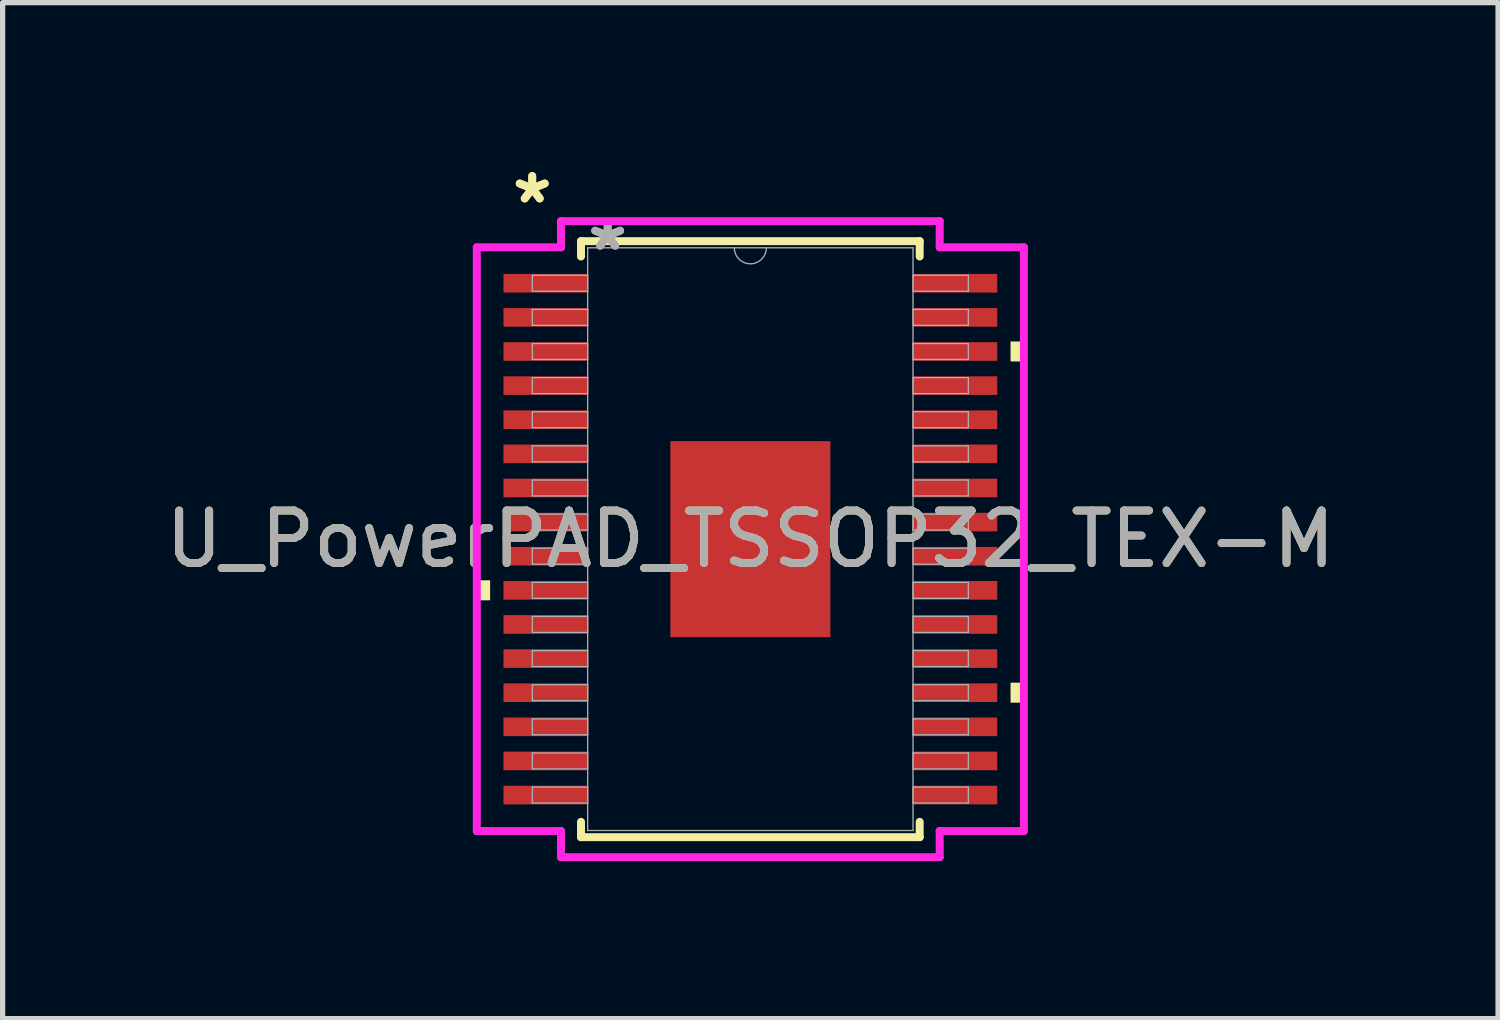
<source format=kicad_pcb>
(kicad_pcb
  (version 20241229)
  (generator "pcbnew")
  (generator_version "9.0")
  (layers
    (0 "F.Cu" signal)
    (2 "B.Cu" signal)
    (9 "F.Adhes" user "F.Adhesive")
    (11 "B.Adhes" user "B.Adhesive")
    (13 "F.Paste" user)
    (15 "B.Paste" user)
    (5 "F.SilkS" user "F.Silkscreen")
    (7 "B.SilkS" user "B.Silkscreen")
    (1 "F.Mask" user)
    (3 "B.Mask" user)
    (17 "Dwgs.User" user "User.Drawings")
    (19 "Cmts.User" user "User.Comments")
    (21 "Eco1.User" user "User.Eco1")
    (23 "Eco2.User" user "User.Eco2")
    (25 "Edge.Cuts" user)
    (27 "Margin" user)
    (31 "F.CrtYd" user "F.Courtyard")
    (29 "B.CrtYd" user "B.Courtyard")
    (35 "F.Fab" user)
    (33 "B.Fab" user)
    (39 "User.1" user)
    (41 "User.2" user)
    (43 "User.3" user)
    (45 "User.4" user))
  (footprint "U_PowerPAD_TSSOP32_TEX-M"
    (layer "F.Cu")
    (at 11.244 7.221)
    (property "Reference" "U_PowerPAD_TSSOP32_TEX-M" (at 0 0 0) (unlocked yes) (layer "F.SilkS") (effects (font (size 1 1) (thickness 0.15))))
    (attr smd)
    (fp_line (start -3.226 -5.677) (end -3.226 -5.385) (stroke (width 0.152) (type solid)) (layer "F.SilkS"))
    (fp_line (start -3.226 5.385) (end -3.226 5.677) (stroke (width 0.152) (type solid)) (layer "F.SilkS"))
    (fp_line (start -3.226 5.677) (end 3.226 5.677) (stroke (width 0.152) (type solid)) (layer "F.SilkS"))
    (fp_line (start 3.226 -5.677) (end -3.226 -5.677) (stroke (width 0.152) (type solid)) (layer "F.SilkS"))
    (fp_line (start 3.226 -5.385) (end 3.226 -5.677) (stroke (width 0.152) (type solid)) (layer "F.SilkS"))
    (fp_line (start 3.226 5.677) (end 3.226 5.385) (stroke (width 0.152) (type solid)) (layer "F.SilkS"))
    (fp_poly (pts (xy -5.211 0.784) (xy -5.211 1.165) (xy -4.957 1.165) (xy -4.957 0.784)) (stroke (width 0) (type solid)) (fill yes) (layer "F.SilkS"))
    (fp_poly (pts (xy 5.211 -3.766) (xy 5.211 -3.385) (xy 4.957 -3.385) (xy 4.957 -3.766)) (stroke (width 0) (type solid)) (fill yes) (layer "F.SilkS"))
    (fp_poly (pts (xy 5.211 2.734) (xy 5.211 3.115) (xy 4.957 3.115) (xy 4.957 2.734)) (stroke (width 0) (type solid)) (fill yes) (layer "F.SilkS"))
    (fp_poly (pts (xy -1.424 -1.767) (xy -1.424 -0.1) (xy -0.1 -0.1) (xy -0.1 -1.767)) (stroke (width 0) (type solid)) (fill yes) (layer "F.Paste"))
    (fp_poly (pts (xy -1.424 0.1) (xy -1.424 1.767) (xy -0.1 1.767) (xy -0.1 0.1)) (stroke (width 0) (type solid)) (fill yes) (layer "F.Paste"))
    (fp_poly (pts (xy 0.1 -1.767) (xy 0.1 -0.1) (xy 1.424 -0.1) (xy 1.424 -1.767)) (stroke (width 0) (type solid)) (fill yes) (layer "F.Paste"))
    (fp_poly (pts (xy 0.1 0.1) (xy 0.1 1.767) (xy 1.424 1.767) (xy 1.424 0.1)) (stroke (width 0) (type solid)) (fill yes) (layer "F.Paste"))
    (fp_line (start -5.211 -5.56) (end -3.607 -5.56) (stroke (width 0.152) (type solid)) (layer "F.CrtYd"))
    (fp_line (start -5.211 5.56) (end -5.211 -5.56) (stroke (width 0.152) (type solid)) (layer "F.CrtYd"))
    (fp_line (start -5.211 5.56) (end -3.607 5.56) (stroke (width 0.152) (type solid)) (layer "F.CrtYd"))
    (fp_line (start -3.607 -6.058) (end 3.607 -6.058) (stroke (width 0.152) (type solid)) (layer "F.CrtYd"))
    (fp_line (start -3.607 -5.56) (end -3.607 -6.058) (stroke (width 0.152) (type solid)) (layer "F.CrtYd"))
    (fp_line (start -3.607 6.058) (end -3.607 5.56) (stroke (width 0.152) (type solid)) (layer "F.CrtYd"))
    (fp_line (start 3.607 -6.058) (end 3.607 -5.56) (stroke (width 0.152) (type solid)) (layer "F.CrtYd"))
    (fp_line (start 3.607 5.56) (end 3.607 6.058) (stroke (width 0.152) (type solid)) (layer "F.CrtYd"))
    (fp_line (start 3.607 6.058) (end -3.607 6.058) (stroke (width 0.152) (type solid)) (layer "F.CrtYd"))
    (fp_line (start 5.211 -5.56) (end 3.607 -5.56) (stroke (width 0.152) (type solid)) (layer "F.CrtYd"))
    (fp_line (start 5.211 -5.56) (end 5.211 5.56) (stroke (width 0.152) (type solid)) (layer "F.CrtYd"))
    (fp_line (start 5.211 5.56) (end 3.607 5.56) (stroke (width 0.152) (type solid)) (layer "F.CrtYd"))
    (fp_line (start -4.153 -5.027) (end -4.153 -4.723) (stroke (width 0.025) (type solid)) (layer "F.Fab"))
    (fp_line (start -4.153 -4.723) (end -3.099 -4.723) (stroke (width 0.025) (type solid)) (layer "F.Fab"))
    (fp_line (start -4.153 -4.377) (end -4.153 -4.073) (stroke (width 0.025) (type solid)) (layer "F.Fab"))
    (fp_line (start -4.153 -4.073) (end -3.099 -4.073) (stroke (width 0.025) (type solid)) (layer "F.Fab"))
    (fp_line (start -4.153 -3.727) (end -4.153 -3.423) (stroke (width 0.025) (type solid)) (layer "F.Fab"))
    (fp_line (start -4.153 -3.423) (end -3.099 -3.423) (stroke (width 0.025) (type solid)) (layer "F.Fab"))
    (fp_line (start -4.153 -3.077) (end -4.153 -2.773) (stroke (width 0.025) (type solid)) (layer "F.Fab"))
    (fp_line (start -4.153 -2.773) (end -3.099 -2.773) (stroke (width 0.025) (type solid)) (layer "F.Fab"))
    (fp_line (start -4.153 -2.427) (end -4.153 -2.123) (stroke (width 0.025) (type solid)) (layer "F.Fab"))
    (fp_line (start -4.153 -2.123) (end -3.099 -2.123) (stroke (width 0.025) (type solid)) (layer "F.Fab"))
    (fp_line (start -4.153 -1.777) (end -4.153 -1.473) (stroke (width 0.025) (type solid)) (layer "F.Fab"))
    (fp_line (start -4.153 -1.473) (end -3.099 -1.473) (stroke (width 0.025) (type solid)) (layer "F.Fab"))
    (fp_line (start -4.153 -1.127) (end -4.153 -0.823) (stroke (width 0.025) (type solid)) (layer "F.Fab"))
    (fp_line (start -4.153 -0.823) (end -3.099 -0.823) (stroke (width 0.025) (type solid)) (layer "F.Fab"))
    (fp_line (start -4.153 -0.477) (end -4.153 -0.173) (stroke (width 0.025) (type solid)) (layer "F.Fab"))
    (fp_line (start -4.153 -0.173) (end -3.099 -0.173) (stroke (width 0.025) (type solid)) (layer "F.Fab"))
    (fp_line (start -4.153 0.173) (end -4.153 0.477) (stroke (width 0.025) (type solid)) (layer "F.Fab"))
    (fp_line (start -4.153 0.477) (end -3.099 0.477) (stroke (width 0.025) (type solid)) (layer "F.Fab"))
    (fp_line (start -4.153 0.823) (end -4.153 1.127) (stroke (width 0.025) (type solid)) (layer "F.Fab"))
    (fp_line (start -4.153 1.127) (end -3.099 1.127) (stroke (width 0.025) (type solid)) (layer "F.Fab"))
    (fp_line (start -4.153 1.473) (end -4.153 1.777) (stroke (width 0.025) (type solid)) (layer "F.Fab"))
    (fp_line (start -4.153 1.777) (end -3.099 1.777) (stroke (width 0.025) (type solid)) (layer "F.Fab"))
    (fp_line (start -4.153 2.123) (end -4.153 2.427) (stroke (width 0.025) (type solid)) (layer "F.Fab"))
    (fp_line (start -4.153 2.427) (end -3.099 2.427) (stroke (width 0.025) (type solid)) (layer "F.Fab"))
    (fp_line (start -4.153 2.773) (end -4.153 3.077) (stroke (width 0.025) (type solid)) (layer "F.Fab"))
    (fp_line (start -4.153 3.077) (end -3.099 3.077) (stroke (width 0.025) (type solid)) (layer "F.Fab"))
    (fp_line (start -4.153 3.423) (end -4.153 3.727) (stroke (width 0.025) (type solid)) (layer "F.Fab"))
    (fp_line (start -4.153 3.727) (end -3.099 3.727) (stroke (width 0.025) (type solid)) (layer "F.Fab"))
    (fp_line (start -4.153 4.073) (end -4.153 4.377) (stroke (width 0.025) (type solid)) (layer "F.Fab"))
    (fp_line (start -4.153 4.377) (end -3.099 4.377) (stroke (width 0.025) (type solid)) (layer "F.Fab"))
    (fp_line (start -4.153 4.723) (end -4.153 5.027) (stroke (width 0.025) (type solid)) (layer "F.Fab"))
    (fp_line (start -4.153 5.027) (end -3.099 5.027) (stroke (width 0.025) (type solid)) (layer "F.Fab"))
    (fp_line (start -3.099 -5.55) (end -3.099 5.55) (stroke (width 0.025) (type solid)) (layer "F.Fab"))
    (fp_line (start -3.099 -5.027) (end -4.153 -5.027) (stroke (width 0.025) (type solid)) (layer "F.Fab"))
    (fp_line (start -3.099 -4.723) (end -3.099 -5.027) (stroke (width 0.025) (type solid)) (layer "F.Fab"))
    (fp_line (start -3.099 -4.377) (end -4.153 -4.377) (stroke (width 0.025) (type solid)) (layer "F.Fab"))
    (fp_line (start -3.099 -4.073) (end -3.099 -4.377) (stroke (width 0.025) (type solid)) (layer "F.Fab"))
    (fp_line (start -3.099 -3.727) (end -4.153 -3.727) (stroke (width 0.025) (type solid)) (layer "F.Fab"))
    (fp_line (start -3.099 -3.423) (end -3.099 -3.727) (stroke (width 0.025) (type solid)) (layer "F.Fab"))
    (fp_line (start -3.099 -3.077) (end -4.153 -3.077) (stroke (width 0.025) (type solid)) (layer "F.Fab"))
    (fp_line (start -3.099 -2.773) (end -3.099 -3.077) (stroke (width 0.025) (type solid)) (layer "F.Fab"))
    (fp_line (start -3.099 -2.427) (end -4.153 -2.427) (stroke (width 0.025) (type solid)) (layer "F.Fab"))
    (fp_line (start -3.099 -2.123) (end -3.099 -2.427) (stroke (width 0.025) (type solid)) (layer "F.Fab"))
    (fp_line (start -3.099 -1.777) (end -4.153 -1.777) (stroke (width 0.025) (type solid)) (layer "F.Fab"))
    (fp_line (start -3.099 -1.473) (end -3.099 -1.777) (stroke (width 0.025) (type solid)) (layer "F.Fab"))
    (fp_line (start -3.099 -1.127) (end -4.153 -1.127) (stroke (width 0.025) (type solid)) (layer "F.Fab"))
    (fp_line (start -3.099 -0.823) (end -3.099 -1.127) (stroke (width 0.025) (type solid)) (layer "F.Fab"))
    (fp_line (start -3.099 -0.477) (end -4.153 -0.477) (stroke (width 0.025) (type solid)) (layer "F.Fab"))
    (fp_line (start -3.099 -0.173) (end -3.099 -0.477) (stroke (width 0.025) (type solid)) (layer "F.Fab"))
    (fp_line (start -3.099 0.173) (end -4.153 0.173) (stroke (width 0.025) (type solid)) (layer "F.Fab"))
    (fp_line (start -3.099 0.477) (end -3.099 0.173) (stroke (width 0.025) (type solid)) (layer "F.Fab"))
    (fp_line (start -3.099 0.823) (end -4.153 0.823) (stroke (width 0.025) (type solid)) (layer "F.Fab"))
    (fp_line (start -3.099 1.127) (end -3.099 0.823) (stroke (width 0.025) (type solid)) (layer "F.Fab"))
    (fp_line (start -3.099 1.473) (end -4.153 1.473) (stroke (width 0.025) (type solid)) (layer "F.Fab"))
    (fp_line (start -3.099 1.777) (end -3.099 1.473) (stroke (width 0.025) (type solid)) (layer "F.Fab"))
    (fp_line (start -3.099 2.123) (end -4.153 2.123) (stroke (width 0.025) (type solid)) (layer "F.Fab"))
    (fp_line (start -3.099 2.427) (end -3.099 2.123) (stroke (width 0.025) (type solid)) (layer "F.Fab"))
    (fp_line (start -3.099 2.773) (end -4.153 2.773) (stroke (width 0.025) (type solid)) (layer "F.Fab"))
    (fp_line (start -3.099 3.077) (end -3.099 2.773) (stroke (width 0.025) (type solid)) (layer "F.Fab"))
    (fp_line (start -3.099 3.423) (end -4.153 3.423) (stroke (width 0.025) (type solid)) (layer "F.Fab"))
    (fp_line (start -3.099 3.727) (end -3.099 3.423) (stroke (width 0.025) (type solid)) (layer "F.Fab"))
    (fp_line (start -3.099 4.073) (end -4.153 4.073) (stroke (width 0.025) (type solid)) (layer "F.Fab"))
    (fp_line (start -3.099 4.377) (end -3.099 4.073) (stroke (width 0.025) (type solid)) (layer "F.Fab"))
    (fp_line (start -3.099 4.723) (end -4.153 4.723) (stroke (width 0.025) (type solid)) (layer "F.Fab"))
    (fp_line (start -3.099 5.027) (end -3.099 4.723) (stroke (width 0.025) (type solid)) (layer "F.Fab"))
    (fp_line (start -3.099 5.55) (end 3.099 5.55) (stroke (width 0.025) (type solid)) (layer "F.Fab"))
    (fp_line (start 3.099 -5.55) (end -3.099 -5.55) (stroke (width 0.025) (type solid)) (layer "F.Fab"))
    (fp_line (start 3.099 -5.027) (end 3.099 -4.723) (stroke (width 0.025) (type solid)) (layer "F.Fab"))
    (fp_line (start 3.099 -4.723) (end 4.153 -4.723) (stroke (width 0.025) (type solid)) (layer "F.Fab"))
    (fp_line (start 3.099 -4.377) (end 3.099 -4.073) (stroke (width 0.025) (type solid)) (layer "F.Fab"))
    (fp_line (start 3.099 -4.073) (end 4.153 -4.073) (stroke (width 0.025) (type solid)) (layer "F.Fab"))
    (fp_line (start 3.099 -3.727) (end 3.099 -3.423) (stroke (width 0.025) (type solid)) (layer "F.Fab"))
    (fp_line (start 3.099 -3.423) (end 4.153 -3.423) (stroke (width 0.025) (type solid)) (layer "F.Fab"))
    (fp_line (start 3.099 -3.077) (end 3.099 -2.773) (stroke (width 0.025) (type solid)) (layer "F.Fab"))
    (fp_line (start 3.099 -2.773) (end 4.153 -2.773) (stroke (width 0.025) (type solid)) (layer "F.Fab"))
    (fp_line (start 3.099 -2.427) (end 3.099 -2.123) (stroke (width 0.025) (type solid)) (layer "F.Fab"))
    (fp_line (start 3.099 -2.123) (end 4.153 -2.123) (stroke (width 0.025) (type solid)) (layer "F.Fab"))
    (fp_line (start 3.099 -1.777) (end 3.099 -1.473) (stroke (width 0.025) (type solid)) (layer "F.Fab"))
    (fp_line (start 3.099 -1.473) (end 4.153 -1.473) (stroke (width 0.025) (type solid)) (layer "F.Fab"))
    (fp_line (start 3.099 -1.127) (end 3.099 -0.823) (stroke (width 0.025) (type solid)) (layer "F.Fab"))
    (fp_line (start 3.099 -0.823) (end 4.153 -0.823) (stroke (width 0.025) (type solid)) (layer "F.Fab"))
    (fp_line (start 3.099 -0.477) (end 3.099 -0.173) (stroke (width 0.025) (type solid)) (layer "F.Fab"))
    (fp_line (start 3.099 -0.173) (end 4.153 -0.173) (stroke (width 0.025) (type solid)) (layer "F.Fab"))
    (fp_line (start 3.099 0.173) (end 3.099 0.477) (stroke (width 0.025) (type solid)) (layer "F.Fab"))
    (fp_line (start 3.099 0.477) (end 4.153 0.477) (stroke (width 0.025) (type solid)) (layer "F.Fab"))
    (fp_line (start 3.099 0.823) (end 3.099 1.127) (stroke (width 0.025) (type solid)) (layer "F.Fab"))
    (fp_line (start 3.099 1.127) (end 4.153 1.127) (stroke (width 0.025) (type solid)) (layer "F.Fab"))
    (fp_line (start 3.099 1.473) (end 3.099 1.777) (stroke (width 0.025) (type solid)) (layer "F.Fab"))
    (fp_line (start 3.099 1.777) (end 4.153 1.777) (stroke (width 0.025) (type solid)) (layer "F.Fab"))
    (fp_line (start 3.099 2.123) (end 3.099 2.427) (stroke (width 0.025) (type solid)) (layer "F.Fab"))
    (fp_line (start 3.099 2.427) (end 4.153 2.427) (stroke (width 0.025) (type solid)) (layer "F.Fab"))
    (fp_line (start 3.099 2.773) (end 3.099 3.077) (stroke (width 0.025) (type solid)) (layer "F.Fab"))
    (fp_line (start 3.099 3.077) (end 4.153 3.077) (stroke (width 0.025) (type solid)) (layer "F.Fab"))
    (fp_line (start 3.099 3.423) (end 3.099 3.727) (stroke (width 0.025) (type solid)) (layer "F.Fab"))
    (fp_line (start 3.099 3.727) (end 4.153 3.727) (stroke (width 0.025) (type solid)) (layer "F.Fab"))
    (fp_line (start 3.099 4.073) (end 3.099 4.377) (stroke (width 0.025) (type solid)) (layer "F.Fab"))
    (fp_line (start 3.099 4.377) (end 4.153 4.377) (stroke (width 0.025) (type solid)) (layer "F.Fab"))
    (fp_line (start 3.099 4.723) (end 3.099 5.027) (stroke (width 0.025) (type solid)) (layer "F.Fab"))
    (fp_line (start 3.099 5.027) (end 4.153 5.027) (stroke (width 0.025) (type solid)) (layer "F.Fab"))
    (fp_line (start 3.099 5.55) (end 3.099 -5.55) (stroke (width 0.025) (type solid)) (layer "F.Fab"))
    (fp_line (start 4.153 -5.027) (end 3.099 -5.027) (stroke (width 0.025) (type solid)) (layer "F.Fab"))
    (fp_line (start 4.153 -4.723) (end 4.153 -5.027) (stroke (width 0.025) (type solid)) (layer "F.Fab"))
    (fp_line (start 4.153 -4.377) (end 3.099 -4.377) (stroke (width 0.025) (type solid)) (layer "F.Fab"))
    (fp_line (start 4.153 -4.073) (end 4.153 -4.377) (stroke (width 0.025) (type solid)) (layer "F.Fab"))
    (fp_line (start 4.153 -3.727) (end 3.099 -3.727) (stroke (width 0.025) (type solid)) (layer "F.Fab"))
    (fp_line (start 4.153 -3.423) (end 4.153 -3.727) (stroke (width 0.025) (type solid)) (layer "F.Fab"))
    (fp_line (start 4.153 -3.077) (end 3.099 -3.077) (stroke (width 0.025) (type solid)) (layer "F.Fab"))
    (fp_line (start 4.153 -2.773) (end 4.153 -3.077) (stroke (width 0.025) (type solid)) (layer "F.Fab"))
    (fp_line (start 4.153 -2.427) (end 3.099 -2.427) (stroke (width 0.025) (type solid)) (layer "F.Fab"))
    (fp_line (start 4.153 -2.123) (end 4.153 -2.427) (stroke (width 0.025) (type solid)) (layer "F.Fab"))
    (fp_line (start 4.153 -1.777) (end 3.099 -1.777) (stroke (width 0.025) (type solid)) (layer "F.Fab"))
    (fp_line (start 4.153 -1.473) (end 4.153 -1.777) (stroke (width 0.025) (type solid)) (layer "F.Fab"))
    (fp_line (start 4.153 -1.127) (end 3.099 -1.127) (stroke (width 0.025) (type solid)) (layer "F.Fab"))
    (fp_line (start 4.153 -0.823) (end 4.153 -1.127) (stroke (width 0.025) (type solid)) (layer "F.Fab"))
    (fp_line (start 4.153 -0.477) (end 3.099 -0.477) (stroke (width 0.025) (type solid)) (layer "F.Fab"))
    (fp_line (start 4.153 -0.173) (end 4.153 -0.477) (stroke (width 0.025) (type solid)) (layer "F.Fab"))
    (fp_line (start 4.153 0.173) (end 3.099 0.173) (stroke (width 0.025) (type solid)) (layer "F.Fab"))
    (fp_line (start 4.153 0.477) (end 4.153 0.173) (stroke (width 0.025) (type solid)) (layer "F.Fab"))
    (fp_line (start 4.153 0.823) (end 3.099 0.823) (stroke (width 0.025) (type solid)) (layer "F.Fab"))
    (fp_line (start 4.153 1.127) (end 4.153 0.823) (stroke (width 0.025) (type solid)) (layer "F.Fab"))
    (fp_line (start 4.153 1.473) (end 3.099 1.473) (stroke (width 0.025) (type solid)) (layer "F.Fab"))
    (fp_line (start 4.153 1.777) (end 4.153 1.473) (stroke (width 0.025) (type solid)) (layer "F.Fab"))
    (fp_line (start 4.153 2.123) (end 3.099 2.123) (stroke (width 0.025) (type solid)) (layer "F.Fab"))
    (fp_line (start 4.153 2.427) (end 4.153 2.123) (stroke (width 0.025) (type solid)) (layer "F.Fab"))
    (fp_line (start 4.153 2.773) (end 3.099 2.773) (stroke (width 0.025) (type solid)) (layer "F.Fab"))
    (fp_line (start 4.153 3.077) (end 4.153 2.773) (stroke (width 0.025) (type solid)) (layer "F.Fab"))
    (fp_line (start 4.153 3.423) (end 3.099 3.423) (stroke (width 0.025) (type solid)) (layer "F.Fab"))
    (fp_line (start 4.153 3.727) (end 4.153 3.423) (stroke (width 0.025) (type solid)) (layer "F.Fab"))
    (fp_line (start 4.153 4.073) (end 3.099 4.073) (stroke (width 0.025) (type solid)) (layer "F.Fab"))
    (fp_line (start 4.153 4.377) (end 4.153 4.073) (stroke (width 0.025) (type solid)) (layer "F.Fab"))
    (fp_line (start 4.153 4.723) (end 3.099 4.723) (stroke (width 0.025) (type solid)) (layer "F.Fab"))
    (fp_line (start 4.153 5.027) (end 4.153 4.723) (stroke (width 0.025) (type solid)) (layer "F.Fab"))
    (fp_arc (start 0.3048 -5.5499) (mid 0 -5.2451) (end -0.3048 -5.5499) (stroke (width 0.0254) (type solid)) (layer "F.Fab"))
    (fp_text user "*" (at -4.155 -6.373 0) (layer "F.SilkS") (effects (font (size 1 1) (thickness 0.15))))
    (fp_text user "*" (at -4.155 -6.373 0) (unlocked yes) (layer "F.SilkS") (effects (font (size 1 1) (thickness 0.15))))
    (fp_text user "*" (at -2.718 -5.474 0) (unlocked yes) (layer "F.Fab") (effects (font (size 1 1) (thickness 0.15))))
    (fp_text user "${REFERENCE}" (at 0 0 0) (unlocked yes) (layer "F.Fab") (effects (font (size 1 1) (thickness 0.15))))
    (fp_text user "*" (at -2.718 -5.474 0) (layer "F.Fab") (effects (font (size 1 1) (thickness 0.15))))
    (pad "1" smd rect (at -3.901 -4.875) (size 1.604 0.355) (layers "F.Cu" "F.Mask" "F.Paste"))
    (pad "2" smd rect (at -3.901 -4.225) (size 1.604 0.355) (layers "F.Cu" "F.Mask" "F.Paste"))
    (pad "3" smd rect (at -3.901 -3.575) (size 1.604 0.355) (layers "F.Cu" "F.Mask" "F.Paste"))
    (pad "4" smd rect (at -3.901 -2.925) (size 1.604 0.355) (layers "F.Cu" "F.Mask" "F.Paste"))
    (pad "5" smd rect (at -3.901 -2.275) (size 1.604 0.355) (layers "F.Cu" "F.Mask" "F.Paste"))
    (pad "6" smd rect (at -3.901 -1.625) (size 1.604 0.355) (layers "F.Cu" "F.Mask" "F.Paste"))
    (pad "7" smd rect (at -3.901 -0.975) (size 1.604 0.355) (layers "F.Cu" "F.Mask" "F.Paste"))
    (pad "8" smd rect (at -3.901 -0.325) (size 1.604 0.355) (layers "F.Cu" "F.Mask" "F.Paste"))
    (pad "9" smd rect (at -3.901 0.325) (size 1.604 0.355) (layers "F.Cu" "F.Mask" "F.Paste"))
    (pad "10" smd rect (at -3.901 0.975) (size 1.604 0.355) (layers "F.Cu" "F.Mask" "F.Paste"))
    (pad "11" smd rect (at -3.901 1.625) (size 1.604 0.355) (layers "F.Cu" "F.Mask" "F.Paste"))
    (pad "12" smd rect (at -3.901 2.275) (size 1.604 0.355) (layers "F.Cu" "F.Mask" "F.Paste"))
    (pad "13" smd rect (at -3.901 2.925) (size 1.604 0.355) (layers "F.Cu" "F.Mask" "F.Paste"))
    (pad "14" smd rect (at -3.901 3.575) (size 1.604 0.355) (layers "F.Cu" "F.Mask" "F.Paste"))
    (pad "15" smd rect (at -3.901 4.225) (size 1.604 0.355) (layers "F.Cu" "F.Mask" "F.Paste"))
    (pad "16" smd rect (at -3.901 4.875) (size 1.604 0.355) (layers "F.Cu" "F.Mask" "F.Paste"))
    (pad "17" smd rect (at 3.901 4.875) (size 1.604 0.355) (layers "F.Cu" "F.Mask" "F.Paste"))
    (pad "18" smd rect (at 3.901 4.225) (size 1.604 0.355) (layers "F.Cu" "F.Mask" "F.Paste"))
    (pad "19" smd rect (at 3.901 3.575) (size 1.604 0.355) (layers "F.Cu" "F.Mask" "F.Paste"))
    (pad "20" smd rect (at 3.901 2.925) (size 1.604 0.355) (layers "F.Cu" "F.Mask" "F.Paste"))
    (pad "21" smd rect (at 3.901 2.275) (size 1.604 0.355) (layers "F.Cu" "F.Mask" "F.Paste"))
    (pad "22" smd rect (at 3.901 1.625) (size 1.604 0.355) (layers "F.Cu" "F.Mask" "F.Paste"))
    (pad "23" smd rect (at 3.901 0.975) (size 1.604 0.355) (layers "F.Cu" "F.Mask" "F.Paste"))
    (pad "24" smd rect (at 3.901 0.325) (size 1.604 0.355) (layers "F.Cu" "F.Mask" "F.Paste"))
    (pad "25" smd rect (at 3.901 -0.325) (size 1.604 0.355) (layers "F.Cu" "F.Mask" "F.Paste"))
    (pad "26" smd rect (at 3.901 -0.975) (size 1.604 0.355) (layers "F.Cu" "F.Mask" "F.Paste"))
    (pad "27" smd rect (at 3.901 -1.625) (size 1.604 0.355) (layers "F.Cu" "F.Mask" "F.Paste"))
    (pad "28" smd rect (at 3.901 -2.275) (size 1.604 0.355) (layers "F.Cu" "F.Mask" "F.Paste"))
    (pad "29" smd rect (at 3.901 -2.925) (size 1.604 0.355) (layers "F.Cu" "F.Mask" "F.Paste"))
    (pad "30" smd rect (at 3.901 -3.575) (size 1.604 0.355) (layers "F.Cu" "F.Mask" "F.Paste"))
    (pad "31" smd rect (at 3.901 -4.225) (size 1.604 0.355) (layers "F.Cu" "F.Mask" "F.Paste"))
    (pad "32" smd rect (at 3.901 -4.875) (size 1.604 0.355) (layers "F.Cu" "F.Mask" "F.Paste"))
    (pad "EPAD" smd rect (at 0 0) (size 3.048 3.734) (layers "F.Cu" "F.Mask")))
  (gr_rect
    (start -3 -3)
    (end 25.488 16.355)
    (stroke (width 0.1) (type default))
    (fill no)
    (layer "Edge.Cuts")))
</source>
